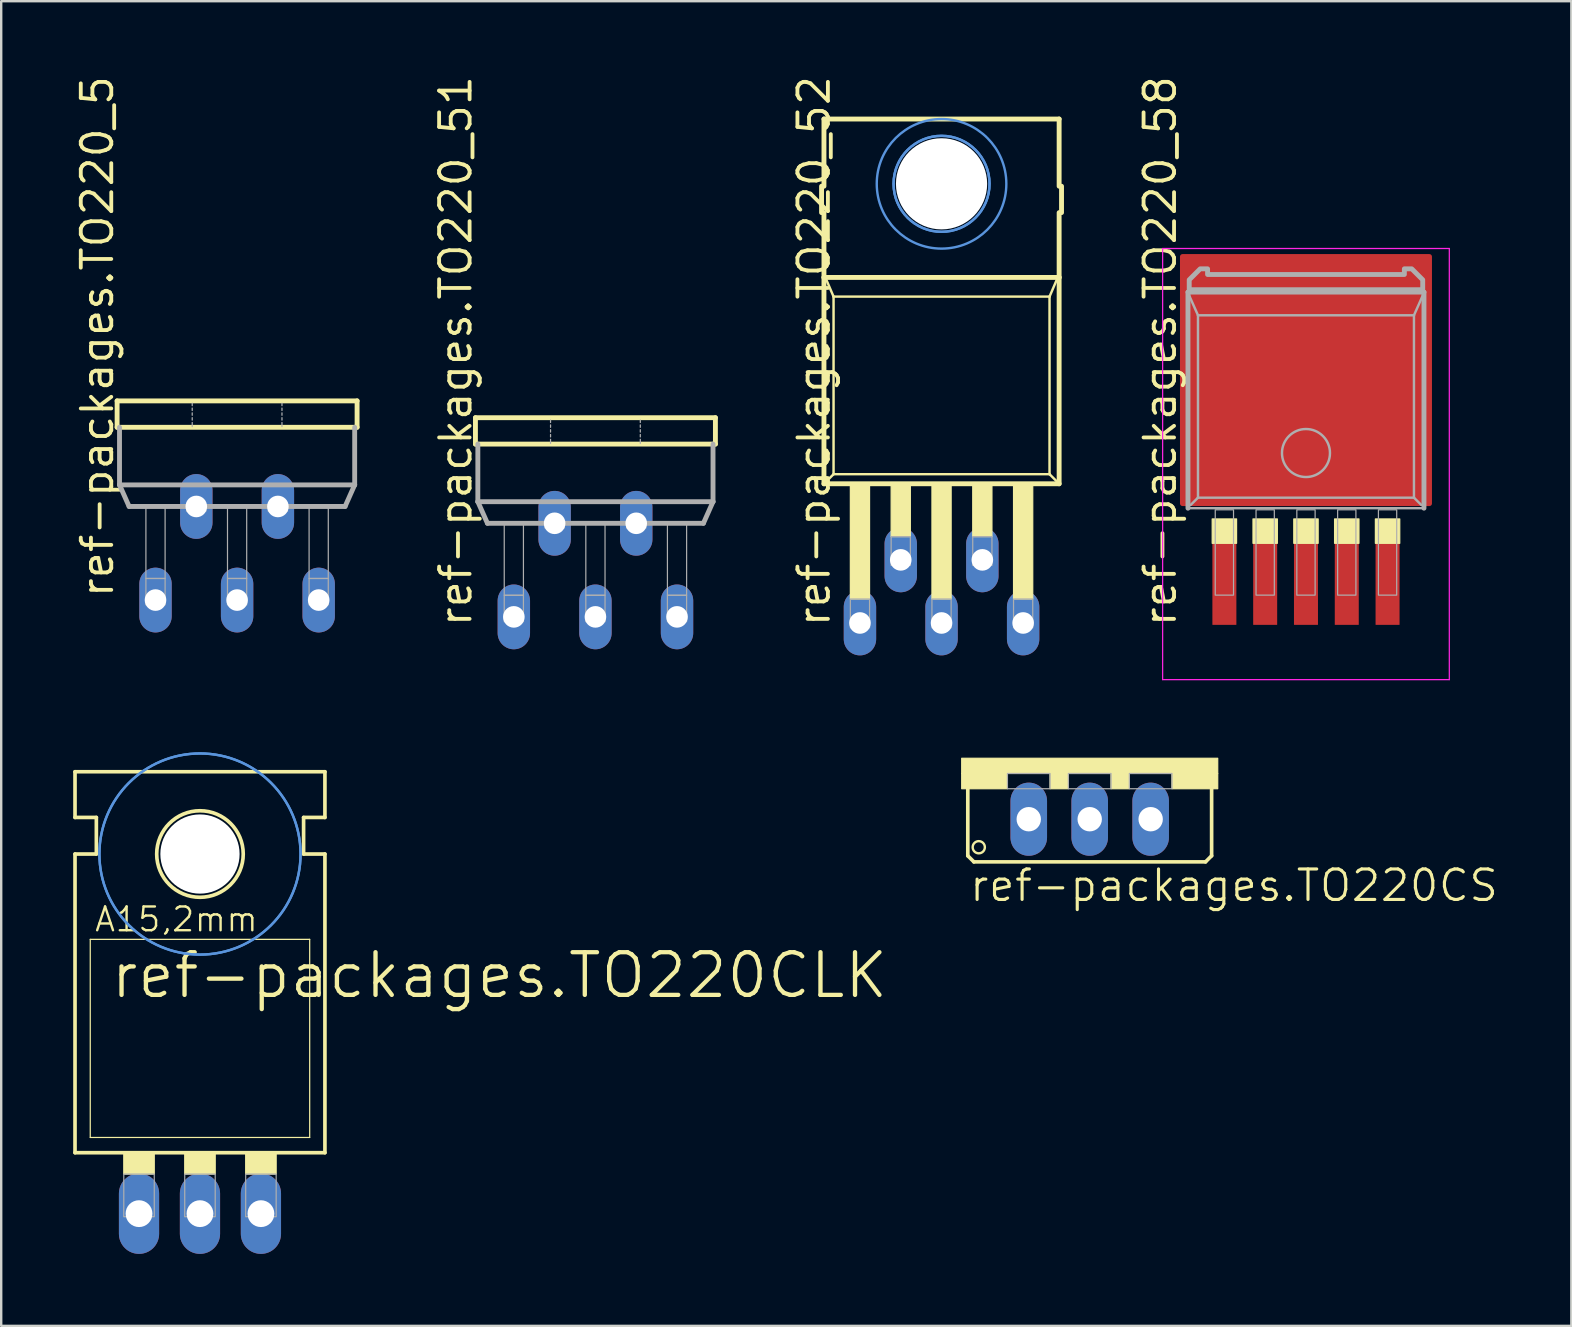
<source format=kicad_pcb>
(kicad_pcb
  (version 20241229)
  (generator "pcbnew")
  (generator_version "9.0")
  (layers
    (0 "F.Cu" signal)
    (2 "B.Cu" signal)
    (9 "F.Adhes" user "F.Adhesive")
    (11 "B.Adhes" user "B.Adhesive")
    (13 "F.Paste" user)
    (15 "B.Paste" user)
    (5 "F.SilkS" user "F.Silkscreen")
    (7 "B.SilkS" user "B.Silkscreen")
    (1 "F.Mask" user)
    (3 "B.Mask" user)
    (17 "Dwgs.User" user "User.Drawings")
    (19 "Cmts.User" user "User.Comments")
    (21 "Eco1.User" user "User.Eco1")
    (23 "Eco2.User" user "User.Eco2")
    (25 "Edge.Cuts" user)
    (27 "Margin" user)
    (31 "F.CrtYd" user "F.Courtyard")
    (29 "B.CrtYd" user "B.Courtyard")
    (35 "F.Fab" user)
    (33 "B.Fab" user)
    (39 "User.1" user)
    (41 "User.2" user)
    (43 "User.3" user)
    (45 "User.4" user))
  (footprint "ref-packages.TO220_52"
    (layer "F.Cu")
    (at 36.185 1.81)
    (property "Reference" "ref-packages.TO220_52" (at -4.572 21.336 90) (layer "F.SilkS") (effects (font (size 1.27 1.27) (thickness 0.16)) (justify left bottom)))
    (attr through_hole)
    (fp_line (start -5 2.9) (end -5 4) (stroke (width 0.203) (type default)) (layer "F.SilkS"))
    (fp_line (start -4.9 0.1) (end -4.9 2.9) (stroke (width 0.203) (type default)) (layer "F.SilkS"))
    (fp_line (start -4.9 4) (end -4.9 6.7) (stroke (width 0.203) (type default)) (layer "F.SilkS"))
    (fp_line (start -4.9 6.7) (end -4.9 15.3) (stroke (width 0.203) (type default)) (layer "F.SilkS"))
    (fp_line (start -4.9 6.7) (end 4.9 6.7) (stroke (width 0.203) (type default)) (layer "F.SilkS"))
    (fp_line (start -4.9 15.3) (end -4.5 14.9) (stroke (width 0.102) (type default)) (layer "F.SilkS"))
    (fp_line (start -4.9 15.3) (end 4.9 15.3) (stroke (width 0.203) (type default)) (layer "F.SilkS"))
    (fp_line (start -4.5 7.5) (end -4.8 6.8) (stroke (width 0.102) (type default)) (layer "F.SilkS"))
    (fp_line (start -4.5 7.5) (end -4.5 14.9) (stroke (width 0.102) (type default)) (layer "F.SilkS"))
    (fp_line (start -4.5 14.9) (end 4.5 14.9) (stroke (width 0.102) (type default)) (layer "F.SilkS"))
    (fp_line (start 4.5 7.5) (end -4.5 7.5) (stroke (width 0.102) (type default)) (layer "F.SilkS"))
    (fp_line (start 4.5 7.5) (end 4.8 6.8) (stroke (width 0.102) (type default)) (layer "F.SilkS"))
    (fp_line (start 4.5 14.9) (end 4.5 7.5) (stroke (width 0.102) (type default)) (layer "F.SilkS"))
    (fp_line (start 4.5 14.9) (end 4.9 15.3) (stroke (width 0.102) (type default)) (layer "F.SilkS"))
    (fp_line (start 4.9 0.1) (end -4.9 0.1) (stroke (width 0.203) (type default)) (layer "F.SilkS"))
    (fp_line (start 4.9 2.9) (end 4.9 0.1) (stroke (width 0.203) (type default)) (layer "F.SilkS"))
    (fp_line (start 4.9 6.7) (end 4.9 4) (stroke (width 0.203) (type default)) (layer "F.SilkS"))
    (fp_line (start 4.9 15.3) (end 4.9 6.7) (stroke (width 0.203) (type default)) (layer "F.SilkS"))
    (fp_line (start 5 4) (end 5 2.9) (stroke (width 0.203) (type default)) (layer "F.SilkS"))
    (fp_rect (start -3.8 20.1) (end -3 15.3) (stroke (width 0.05) (type default)) (fill yes) (layer "F.SilkS"))
    (fp_rect (start -2.1 17.5) (end -1.3 15.3) (stroke (width 0.05) (type default)) (fill yes) (layer "F.SilkS"))
    (fp_rect (start -0.4 20.1) (end 0.4 15.3) (stroke (width 0.05) (type default)) (fill yes) (layer "F.SilkS"))
    (fp_rect (start 1.3 17.5) (end 2.1 15.3) (stroke (width 0.05) (type default)) (fill yes) (layer "F.SilkS"))
    (fp_rect (start 3 20.1) (end 3.8 15.3) (stroke (width 0.05) (type default)) (fill yes) (layer "F.SilkS"))
    (fp_circle (center 0 2.8) (end 2 2.8) (stroke (width 0.1) (type default)) (fill no) (layer "Cmts.User"))
    (fp_circle (center 0 2.8) (end 2 2.8) (stroke (width 0.1) (type default)) (fill no) (layer "Cmts.User"))
    (fp_circle (center 0 2.8) (end 2.7 2.8) (stroke (width 0.1) (type default)) (fill no) (layer "Cmts.User"))
    (fp_rect (start -3.8 21.3) (end -3 20.1) (stroke (width 0.05) (type default)) (fill no) (layer "F.Fab"))
    (fp_rect (start -2.1 18.7) (end -1.3 17.5) (stroke (width 0.05) (type default)) (fill no) (layer "F.Fab"))
    (fp_rect (start -0.4 21.3) (end 0.4 20.1) (stroke (width 0.05) (type default)) (fill no) (layer "F.Fab"))
    (fp_rect (start 1.3 18.7) (end 2.1 17.5) (stroke (width 0.05) (type default)) (fill no) (layer "F.Fab"))
    (fp_rect (start 3 21.3) (end 3.8 20.1) (stroke (width 0.05) (type default)) (fill no) (layer "F.Fab"))
    (pad "" np_thru_hole circle (at 0 2.8) (size 3.8 3.8) (drill 3.8) (layers "*.Cu" "*.Mask"))
    (pad "1" thru_hole oval (at -3.4 21.1 90) (size 2.7 1.35) (drill 0.9) (layers "*.Cu" "*.Mask"))
    (pad "2" thru_hole oval (at -1.7 18.47 90) (size 2.7 1.35) (drill 0.9) (layers "*.Cu" "*.Mask"))
    (pad "3" thru_hole oval (at 0 21.1 90) (size 2.7 1.35) (drill 0.9) (layers "*.Cu" "*.Mask"))
    (pad "4" thru_hole oval (at 1.7 18.47 90) (size 2.7 1.35) (drill 0.9) (layers "*.Cu" "*.Mask"))
    (pad "5" thru_hole oval (at 3.4 21.1 90) (size 2.7 1.35) (drill 0.9) (layers "*.Cu" "*.Mask")))
  (footprint "ref-packages.TO220CS"
    (layer "F.Cu")
    (at 42.359 28.547)
    (property "Reference" "ref-packages.TO220CS" (at -5.08 6.045 0) (layer "F.SilkS") (effects (font (size 1.27 1.27) (thickness 0.13)) (justify left bottom)))
    (attr through_hole)
    (fp_line (start -5.08 4.064) (end -5.08 1.143) (stroke (width 0.152) (type default)) (layer "F.SilkS"))
    (fp_line (start -5.08 4.064) (end -4.826 4.318) (stroke (width 0.152) (type default)) (layer "F.SilkS"))
    (fp_line (start 4.826 4.318) (end -4.826 4.318) (stroke (width 0.152) (type default)) (layer "F.SilkS"))
    (fp_line (start 4.826 4.318) (end 5.08 4.064) (stroke (width 0.152) (type default)) (layer "F.SilkS"))
    (fp_line (start 5.08 1.143) (end 5.08 4.064) (stroke (width 0.152) (type default)) (layer "F.SilkS"))
    (fp_rect (start -5.334 0.635) (end 5.334 0) (stroke (width 0.05) (type default)) (fill yes) (layer "F.SilkS"))
    (fp_rect (start -5.334 1.27) (end -3.429 0.635) (stroke (width 0.05) (type default)) (fill yes) (layer "F.SilkS"))
    (fp_rect (start -1.651 1.27) (end -0.889 0.635) (stroke (width 0.05) (type default)) (fill yes) (layer "F.SilkS"))
    (fp_rect (start 0.889 1.27) (end 1.651 0.635) (stroke (width 0.05) (type default)) (fill yes) (layer "F.SilkS"))
    (fp_rect (start 3.429 1.27) (end 5.334 0.635) (stroke (width 0.05) (type default)) (fill yes) (layer "F.SilkS"))
    (fp_circle (center -4.623 3.708) (end -4.369 3.708) (stroke (width 0.1) (type default)) (fill no) (layer "F.SilkS"))
    (fp_rect (start -3.429 1.27) (end -1.651 0.635) (stroke (width 0.05) (type default)) (fill no) (layer "F.Fab"))
    (fp_rect (start -0.889 1.27) (end 0.889 0.635) (stroke (width 0.05) (type default)) (fill no) (layer "F.Fab"))
    (fp_rect (start 1.651 1.27) (end 3.429 0.635) (stroke (width 0.05) (type default)) (fill no) (layer "F.Fab"))
    (pad "A" thru_hole oval (at 0 2.54 90) (size 3.048 1.524) (drill 1.016) (layers "*.Cu" "*.Mask"))
    (pad "C" thru_hole oval (at -2.54 2.54 90) (size 3.048 1.524) (drill 1.016) (layers "*.Cu" "*.Mask"))
    (pad "G" thru_hole oval (at 2.54 2.54 90) (size 3.048 1.524) (drill 1.016) (layers "*.Cu" "*.Mask")))
  (footprint "ref-packages.TO220_51"
    (layer "F.Cu")
    (at 21.762 14.256)
    (property "Reference" "ref-packages.TO220_51" (at -5.08 8.89 90) (layer "F.SilkS") (effects (font (size 1.27 1.27) (thickness 0.16)) (justify left bottom)))
    (attr through_hole)
    (fp_line (start -5 0.1) (end -5 1.2) (stroke (width 0.203) (type default)) (layer "F.SilkS"))
    (fp_line (start -5 1.2) (end 5 1.2) (stroke (width 0.203) (type default)) (layer "F.SilkS"))
    (fp_line (start 5 0.1) (end -5 0.1) (stroke (width 0.203) (type default)) (layer "F.SilkS"))
    (fp_line (start 5 1.2) (end 5 0.1) (stroke (width 0.203) (type default)) (layer "F.SilkS"))
    (fp_line (start -4.9 1.2) (end -4.9 3.6) (stroke (width 0.203) (type default)) (layer "F.Fab"))
    (fp_line (start -4.9 3.6) (end -4.5 4.5) (stroke (width 0.203) (type default)) (layer "F.Fab"))
    (fp_line (start -4.9 3.6) (end 4.9 3.6) (stroke (width 0.203) (type default)) (layer "F.Fab"))
    (fp_line (start -4.5 4.5) (end 4.5 4.5) (stroke (width 0.203) (type default)) (layer "F.Fab"))
    (fp_line (start -1.87 0.2) (end -1.87 0.3) (stroke (width 0.051) (type default)) (layer "F.Fab"))
    (fp_line (start -1.87 0.4) (end -1.87 0.5) (stroke (width 0.051) (type default)) (layer "F.Fab"))
    (fp_line (start -1.87 0.6) (end -1.87 0.7) (stroke (width 0.051) (type default)) (layer "F.Fab"))
    (fp_line (start -1.87 0.8) (end -1.87 0.9) (stroke (width 0.051) (type default)) (layer "F.Fab"))
    (fp_line (start -1.87 1) (end -1.87 1.17) (stroke (width 0.051) (type default)) (layer "F.Fab"))
    (fp_line (start 1.87 0.3) (end 1.87 0.2) (stroke (width 0.051) (type default)) (layer "F.Fab"))
    (fp_line (start 1.87 0.5) (end 1.87 0.4) (stroke (width 0.051) (type default)) (layer "F.Fab"))
    (fp_line (start 1.87 0.7) (end 1.87 0.6) (stroke (width 0.051) (type default)) (layer "F.Fab"))
    (fp_line (start 1.87 0.9) (end 1.87 0.8) (stroke (width 0.051) (type default)) (layer "F.Fab"))
    (fp_line (start 1.87 1.17) (end 1.87 1) (stroke (width 0.051) (type default)) (layer "F.Fab"))
    (fp_line (start 4.5 4.5) (end 4.9 3.6) (stroke (width 0.203) (type default)) (layer "F.Fab"))
    (fp_line (start 4.9 3.6) (end 4.9 1.2) (stroke (width 0.203) (type default)) (layer "F.Fab"))
    (fp_rect (start -3.8 7.5) (end -3 4.5) (stroke (width 0.05) (type default)) (fill no) (layer "F.Fab"))
    (fp_rect (start -3.8 8.6) (end -3 7.5) (stroke (width 0.05) (type default)) (fill no) (layer "F.Fab"))
    (fp_rect (start -2.1 4.7) (end -1.3 4.5) (stroke (width 0.05) (type default)) (fill no) (layer "F.Fab"))
    (fp_rect (start -0.4 7.5) (end 0.4 4.5) (stroke (width 0.05) (type default)) (fill no) (layer "F.Fab"))
    (fp_rect (start -0.4 8.6) (end 0.4 7.5) (stroke (width 0.05) (type default)) (fill no) (layer "F.Fab"))
    (fp_rect (start 1.3 4.7) (end 2.1 4.5) (stroke (width 0.05) (type default)) (fill no) (layer "F.Fab"))
    (fp_rect (start 3 7.5) (end 3.8 4.5) (stroke (width 0.05) (type default)) (fill no) (layer "F.Fab"))
    (fp_rect (start 3 8.6) (end 3.8 7.5) (stroke (width 0.05) (type default)) (fill no) (layer "F.Fab"))
    (pad "1" thru_hole oval (at -3.4 8.4 90) (size 2.7 1.35) (drill 0.9) (layers "*.Cu" "*.Mask"))
    (pad "2" thru_hole oval (at -1.7 4.5 90) (size 2.7 1.35) (drill 0.9) (layers "*.Cu" "*.Mask"))
    (pad "3" thru_hole oval (at 0 8.4 90) (size 2.7 1.35) (drill 0.9) (layers "*.Cu" "*.Mask"))
    (pad "4" thru_hole oval (at 1.7 4.5 90) (size 2.7 1.35) (drill 0.9) (layers "*.Cu" "*.Mask"))
    (pad "5" thru_hole oval (at 3.4 8.4 90) (size 2.7 1.35) (drill 0.9) (layers "*.Cu" "*.Mask")))
  (footprint "ref-packages.TO220_5"
    (layer "F.Cu")
    (at 6.83 13.555)
    (property "Reference" "ref-packages.TO220_5" (at -5.08 8.382 90) (layer "F.SilkS") (effects (font (size 1.27 1.27) (thickness 0.16)) (justify left bottom)))
    (attr through_hole)
    (fp_line (start -5 0.1) (end -5 1.2) (stroke (width 0.203) (type default)) (layer "F.SilkS"))
    (fp_line (start -5 1.2) (end 5 1.2) (stroke (width 0.203) (type default)) (layer "F.SilkS"))
    (fp_line (start 5 0.1) (end -5 0.1) (stroke (width 0.203) (type default)) (layer "F.SilkS"))
    (fp_line (start 5 1.2) (end 5 0.1) (stroke (width 0.203) (type default)) (layer "F.SilkS"))
    (fp_line (start -4.9 1.2) (end -4.9 3.6) (stroke (width 0.203) (type default)) (layer "F.Fab"))
    (fp_line (start -4.9 3.6) (end -4.5 4.5) (stroke (width 0.203) (type default)) (layer "F.Fab"))
    (fp_line (start -4.9 3.6) (end 4.9 3.6) (stroke (width 0.203) (type default)) (layer "F.Fab"))
    (fp_line (start -4.5 4.5) (end 4.5 4.5) (stroke (width 0.203) (type default)) (layer "F.Fab"))
    (fp_line (start -1.87 0.2) (end -1.87 0.3) (stroke (width 0.051) (type default)) (layer "F.Fab"))
    (fp_line (start -1.87 0.4) (end -1.87 0.5) (stroke (width 0.051) (type default)) (layer "F.Fab"))
    (fp_line (start -1.87 0.6) (end -1.87 0.7) (stroke (width 0.051) (type default)) (layer "F.Fab"))
    (fp_line (start -1.87 0.8) (end -1.87 0.9) (stroke (width 0.051) (type default)) (layer "F.Fab"))
    (fp_line (start -1.87 1) (end -1.87 1.17) (stroke (width 0.051) (type default)) (layer "F.Fab"))
    (fp_line (start 1.87 0.3) (end 1.87 0.2) (stroke (width 0.051) (type default)) (layer "F.Fab"))
    (fp_line (start 1.87 0.5) (end 1.87 0.4) (stroke (width 0.051) (type default)) (layer "F.Fab"))
    (fp_line (start 1.87 0.7) (end 1.87 0.6) (stroke (width 0.051) (type default)) (layer "F.Fab"))
    (fp_line (start 1.87 0.9) (end 1.87 0.8) (stroke (width 0.051) (type default)) (layer "F.Fab"))
    (fp_line (start 1.87 1.17) (end 1.87 1) (stroke (width 0.051) (type default)) (layer "F.Fab"))
    (fp_line (start 4.5 4.5) (end 4.9 3.6) (stroke (width 0.203) (type default)) (layer "F.Fab"))
    (fp_line (start 4.9 3.6) (end 4.9 1.2) (stroke (width 0.203) (type default)) (layer "F.Fab"))
    (fp_rect (start -3.8 7.5) (end -3 4.5) (stroke (width 0.05) (type default)) (fill no) (layer "F.Fab"))
    (fp_rect (start -3.8 8.6) (end -3 7.5) (stroke (width 0.05) (type default)) (fill no) (layer "F.Fab"))
    (fp_rect (start -2.1 4.7) (end -1.3 4.5) (stroke (width 0.05) (type default)) (fill no) (layer "F.Fab"))
    (fp_rect (start -0.4 7.5) (end 0.4 4.5) (stroke (width 0.05) (type default)) (fill no) (layer "F.Fab"))
    (fp_rect (start -0.4 8.6) (end 0.4 7.5) (stroke (width 0.05) (type default)) (fill no) (layer "F.Fab"))
    (fp_rect (start 1.3 4.7) (end 2.1 4.5) (stroke (width 0.05) (type default)) (fill no) (layer "F.Fab"))
    (fp_rect (start 3 7.5) (end 3.8 4.5) (stroke (width 0.05) (type default)) (fill no) (layer "F.Fab"))
    (fp_rect (start 3 8.6) (end 3.8 7.5) (stroke (width 0.05) (type default)) (fill no) (layer "F.Fab"))
    (pad "1" thru_hole oval (at -3.4 8.4 90) (size 2.7 1.35) (drill 0.9) (layers "*.Cu" "*.Mask"))
    (pad "2" thru_hole oval (at -1.7 4.5 90) (size 2.7 1.35) (drill 0.9) (layers "*.Cu" "*.Mask"))
    (pad "3" thru_hole oval (at 0 8.4 90) (size 2.7 1.35) (drill 0.9) (layers "*.Cu" "*.Mask"))
    (pad "4" thru_hole oval (at 1.7 4.5 90) (size 2.7 1.35) (drill 0.9) (layers "*.Cu" "*.Mask"))
    (pad "5" thru_hole oval (at 3.4 8.4 90) (size 2.7 1.35) (drill 0.9) (layers "*.Cu" "*.Mask")))
  (footprint "ref-packages.TO220_58"
    (layer "F.Cu")
    (at 51.371 16.288)
    (property "Reference" "ref-packages.TO220_58" (at -5.334 6.858 90) (layer "F.SilkS") (effects (font (size 1.27 1.27) (thickness 0.16)) (justify left bottom)))
    (attr smd)
    (fp_rect (start -3.908 3.302) (end -2.892 2.286) (stroke (width 0.05) (type default)) (fill yes) (layer "F.SilkS"))
    (fp_rect (start -2.208 3.302) (end -1.192 2.286) (stroke (width 0.05) (type default)) (fill yes) (layer "F.SilkS"))
    (fp_rect (start -0.508 3.302) (end 0.508 2.286) (stroke (width 0.05) (type default)) (fill yes) (layer "F.SilkS"))
    (fp_rect (start 1.192 3.302) (end 2.208 2.286) (stroke (width 0.05) (type default)) (fill yes) (layer "F.SilkS"))
    (fp_rect (start 2.892 3.302) (end 3.908 2.286) (stroke (width 0.05) (type default)) (fill yes) (layer "F.SilkS"))
    (fp_line (start -5.973 -8.983) (end 5.973 -8.983) (stroke (width 0.051) (type default)) (layer "F.CrtYd"))
    (fp_line (start -5.973 8.983) (end -5.973 -8.983) (stroke (width 0.051) (type default)) (layer "F.CrtYd"))
    (fp_line (start 5.973 -8.983) (end 5.973 8.983) (stroke (width 0.051) (type default)) (layer "F.CrtYd"))
    (fp_line (start 5.973 8.983) (end -5.973 8.983) (stroke (width 0.051) (type default)) (layer "F.CrtYd"))
    (fp_line (start -4.917 -7.165) (end 4.917 -7.165) (stroke (width 0.203) (type default)) (layer "F.Fab"))
    (fp_line (start -4.917 1.839) (end -4.917 -7.165) (stroke (width 0.203) (type default)) (layer "F.Fab"))
    (fp_line (start -4.5 -6.2) (end -4.9 -7.1) (stroke (width 0.102) (type default)) (layer "F.Fab"))
    (fp_line (start -4.5 -6.2) (end 4.5 -6.2) (stroke (width 0.102) (type default)) (layer "F.Fab"))
    (fp_line (start -4.5 1.4) (end -4.8 1.7) (stroke (width 0.102) (type default)) (layer "F.Fab"))
    (fp_line (start -4.5 1.4) (end -4.5 -6.2) (stroke (width 0.102) (type default)) (layer "F.Fab"))
    (fp_line (start 4.5 -6.2) (end 4.5 1.4) (stroke (width 0.102) (type default)) (layer "F.Fab"))
    (fp_line (start 4.5 1.4) (end -4.5 1.4) (stroke (width 0.102) (type default)) (layer "F.Fab"))
    (fp_line (start 4.5 1.4) (end 4.8 1.7) (stroke (width 0.102) (type default)) (layer "F.Fab"))
    (fp_line (start 4.9 -7.1) (end 4.5 -6.2) (stroke (width 0.102) (type default)) (layer "F.Fab"))
    (fp_line (start 4.917 -7.165) (end 4.917 1.839) (stroke (width 0.203) (type default)) (layer "F.Fab"))
    (fp_line (start 4.917 1.839) (end -4.917 1.839) (stroke (width 0.102) (type default)) (layer "F.Fab"))
    (fp_rect (start -3.781 5.461) (end -3.019 1.905) (stroke (width 0.05) (type default)) (fill no) (layer "F.Fab"))
    (fp_rect (start -2.081 5.461) (end -1.319 1.905) (stroke (width 0.05) (type default)) (fill no) (layer "F.Fab"))
    (fp_rect (start -0.381 5.461) (end 0.381 1.905) (stroke (width 0.05) (type default)) (fill no) (layer "F.Fab"))
    (fp_rect (start 1.319 5.461) (end 2.081 1.905) (stroke (width 0.05) (type default)) (fill no) (layer "F.Fab"))
    (fp_rect (start 3.019 5.461) (end 3.781 1.905) (stroke (width 0.05) (type default)) (fill no) (layer "F.Fab"))
    (fp_circle (center 0 -0.46) (end 1 -0.46) (stroke (width 0.102) (type default)) (fill no) (layer "F.Fab"))
    (fp_poly (pts (xy -4.865 -7.267) (xy -4.865 -7.678) (xy -4.408 -8.135) (xy -4.1 -8.135) (xy -4.1 -7.9) (xy 4.1 -7.9) (xy 4.1 -8.135) (xy 4.408 -8.135) (xy 4.865 -7.678) (xy 4.865 -7.267)) (stroke (width 0.203) (type default)) (fill no) (layer "F.Fab"))
    (pad "1" smd roundrect (at -3.4 5) (size 1 3.4) (layers "F.Cu" "F.Mask" "F.Paste") (roundrect_rratio 0.01))
    (pad "2" smd roundrect (at -1.7 5) (size 1 3.4) (layers "F.Cu" "F.Mask" "F.Paste") (roundrect_rratio 0.01))
    (pad "3" smd roundrect (at 0 5) (size 1 3.4) (layers "F.Cu" "F.Mask" "F.Paste") (roundrect_rratio 0.01))
    (pad "4" smd roundrect (at 1.7 5) (size 1 3.4) (layers "F.Cu" "F.Mask" "F.Paste") (roundrect_rratio 0.01))
    (pad "5" smd roundrect (at 3.4 5) (size 1 3.4) (layers "F.Cu" "F.Mask" "F.Paste") (roundrect_rratio 0.01))
    (pad "6" smd roundrect (at 0 -3.5) (size 10.5 10.5) (layers "F.Cu" "F.Mask" "F.Paste") (roundrect_rratio 0.01)))
  (footprint "ref-packages.TO220CLK"
    (layer "F.Cu")
    (at 5.283 43.714)
    (property "Reference" "ref-packages.TO220CLK" (at -3.81 -5.08 0) (layer "F.SilkS") (effects (font (size 1.778 1.778) (thickness 0.18)) (justify left bottom)))
    (attr through_hole)
    (fp_line (start -5.207 -12.7) (end -5.207 -14.605) (stroke (width 0.152) (type default)) (layer "F.SilkS"))
    (fp_line (start -5.207 -11.176) (end -4.318 -11.176) (stroke (width 0.152) (type default)) (layer "F.SilkS"))
    (fp_line (start -5.207 1.27) (end -5.207 -11.176) (stroke (width 0.152) (type default)) (layer "F.SilkS"))
    (fp_line (start -5.207 1.27) (end 5.207 1.27) (stroke (width 0.152) (type default)) (layer "F.SilkS"))
    (fp_line (start -4.572 0.635) (end -4.572 -7.62) (stroke (width 0.051) (type default)) (layer "F.SilkS"))
    (fp_line (start -4.572 0.635) (end 4.572 0.635) (stroke (width 0.051) (type default)) (layer "F.SilkS"))
    (fp_line (start -4.318 -12.7) (end -5.207 -12.7) (stroke (width 0.152) (type default)) (layer "F.SilkS"))
    (fp_line (start -4.318 -11.176) (end -4.318 -12.7) (stroke (width 0.152) (type default)) (layer "F.SilkS"))
    (fp_line (start 4.318 -12.7) (end 5.207 -12.7) (stroke (width 0.152) (type default)) (layer "F.SilkS"))
    (fp_line (start 4.318 -11.176) (end 4.318 -12.7) (stroke (width 0.152) (type default)) (layer "F.SilkS"))
    (fp_line (start 4.572 -7.62) (end -4.572 -7.62) (stroke (width 0.051) (type default)) (layer "F.SilkS"))
    (fp_line (start 4.572 -7.62) (end 4.572 0.635) (stroke (width 0.051) (type default)) (layer "F.SilkS"))
    (fp_line (start 5.207 -14.605) (end -5.207 -14.605) (stroke (width 0.152) (type default)) (layer "F.SilkS"))
    (fp_line (start 5.207 -12.7) (end 5.207 -14.605) (stroke (width 0.152) (type default)) (layer "F.SilkS"))
    (fp_line (start 5.207 -11.176) (end 4.318 -11.176) (stroke (width 0.152) (type default)) (layer "F.SilkS"))
    (fp_line (start 5.207 1.27) (end 5.207 -11.176) (stroke (width 0.152) (type default)) (layer "F.SilkS"))
    (fp_rect (start -3.175 2.159) (end -1.905 1.27) (stroke (width 0.05) (type default)) (fill yes) (layer "F.SilkS"))
    (fp_rect (start -0.635 2.159) (end 0.635 1.27) (stroke (width 0.05) (type default)) (fill yes) (layer "F.SilkS"))
    (fp_rect (start 1.905 2.159) (end 3.175 1.27) (stroke (width 0.05) (type default)) (fill yes) (layer "F.SilkS"))
    (fp_circle (center 0 -11.176) (end 1.803 -11.176) (stroke (width 0.152) (type default)) (fill no) (layer "F.SilkS"))
    (fp_circle (center 0 -11.176) (end 4.191 -11.176) (stroke (width 0.1) (type default)) (fill no) (layer "Cmts.User"))
    (fp_circle (center 0 -11.176) (end 4.191 -11.176) (stroke (width 0.1) (type default)) (fill no) (layer "Cmts.User"))
    (fp_rect (start -3.175 3.937) (end -1.905 2.159) (stroke (width 0.05) (type default)) (fill no) (layer "F.Fab"))
    (fp_rect (start -0.635 3.937) (end 0.635 2.159) (stroke (width 0.05) (type default)) (fill no) (layer "F.Fab"))
    (fp_rect (start 1.905 3.937) (end 3.175 2.159) (stroke (width 0.05) (type default)) (fill no) (layer "F.Fab"))
    (fp_text user "A15,2mm" (at -4.445 -7.874 0) (layer "F.SilkS") (effects (font (size 0.991 0.991) (thickness 0.1)) (justify left bottom)))
    (pad "" np_thru_hole circle (at 0 -11.176) (size 3.302 3.302) (drill 3.302) (layers "*.Cu" "*.Mask"))
    (pad "A" thru_hole oval (at 0 3.81 90) (size 3.353 1.676) (drill 1.118) (layers "*.Cu" "*.Mask"))
    (pad "C" thru_hole oval (at -2.54 3.81 90) (size 3.353 1.676) (drill 1.118) (layers "*.Cu" "*.Mask"))
    (pad "G" thru_hole oval (at 2.54 3.81 90) (size 3.353 1.676) (drill 1.118) (layers "*.Cu" "*.Mask")))
  (gr_rect
    (start -3 -3)
    (end 62.429 52.2)
    (stroke (width 0.1) (type default))
    (fill no)
    (layer "Edge.Cuts")))
</source>
